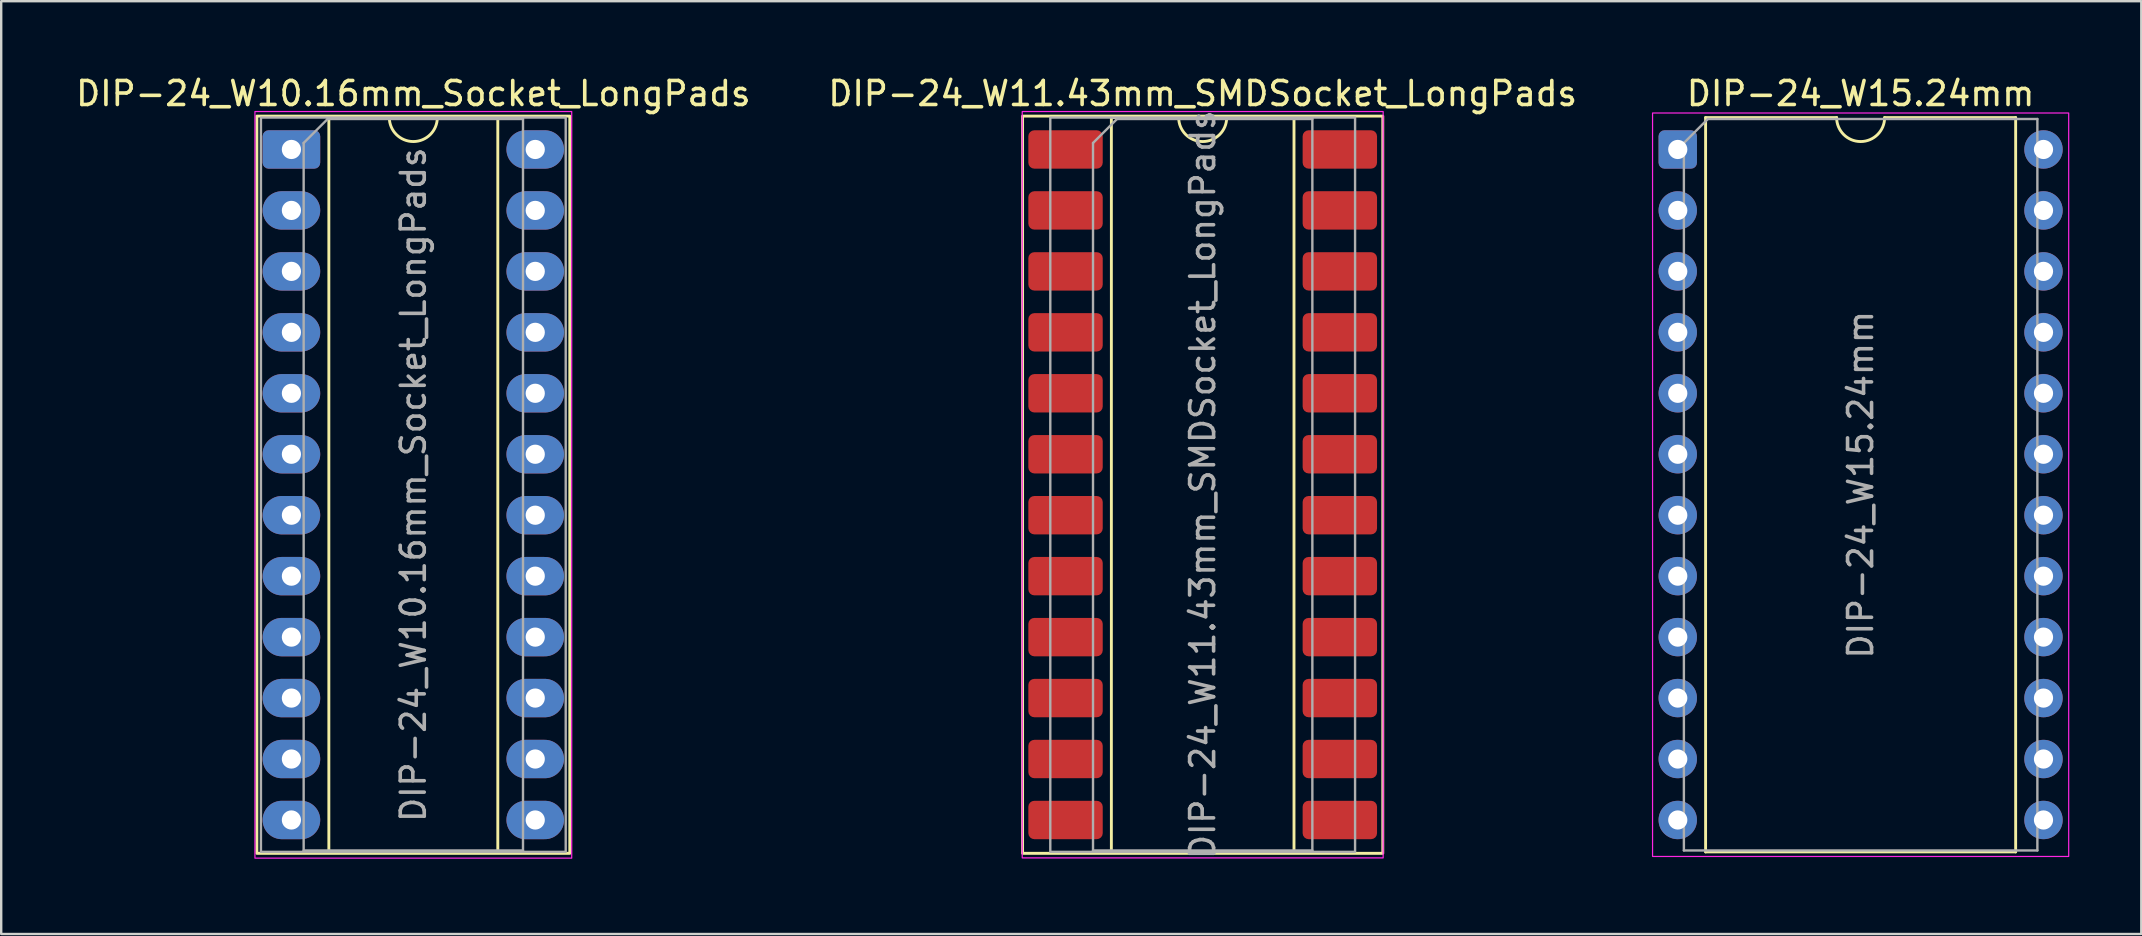
<source format=kicad_pcb>
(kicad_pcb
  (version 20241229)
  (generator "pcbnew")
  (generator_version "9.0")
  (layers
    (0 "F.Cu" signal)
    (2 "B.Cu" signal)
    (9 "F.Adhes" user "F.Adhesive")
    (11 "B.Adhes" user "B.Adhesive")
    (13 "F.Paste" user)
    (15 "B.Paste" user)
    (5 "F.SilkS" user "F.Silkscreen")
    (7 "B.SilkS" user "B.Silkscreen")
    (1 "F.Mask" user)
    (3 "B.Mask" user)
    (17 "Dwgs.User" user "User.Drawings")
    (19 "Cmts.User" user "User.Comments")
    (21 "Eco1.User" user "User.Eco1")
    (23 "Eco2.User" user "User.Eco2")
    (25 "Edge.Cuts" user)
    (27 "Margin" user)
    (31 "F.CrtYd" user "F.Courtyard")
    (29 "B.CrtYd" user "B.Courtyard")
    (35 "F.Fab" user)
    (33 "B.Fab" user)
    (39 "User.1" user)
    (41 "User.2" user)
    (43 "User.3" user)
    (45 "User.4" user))
  (footprint "DIP-24_W15.24mm"
    (layer "F.Cu")
    (at 66.861 3.178)
    (property "Reference" "DIP-24_W15.24mm" (at 7.62 -2.33 0) (layer "F.SilkS") (effects (font (size 1 1) (thickness 0.15))))
    (attr through_hole)
    (fp_line (start 1.16 -1.33) (end 1.16 29.27) (stroke (width 0.12) (type solid)) (layer "F.SilkS"))
    (fp_line (start 1.16 29.27) (end 14.08 29.27) (stroke (width 0.12) (type solid)) (layer "F.SilkS"))
    (fp_line (start 6.62 -1.33) (end 1.16 -1.33) (stroke (width 0.12) (type solid)) (layer "F.SilkS"))
    (fp_line (start 14.08 -1.33) (end 8.62 -1.33) (stroke (width 0.12) (type solid)) (layer "F.SilkS"))
    (fp_line (start 14.08 29.27) (end 14.08 -1.33) (stroke (width 0.12) (type solid)) (layer "F.SilkS"))
    (fp_arc (start 8.62 -1.33) (mid 7.62 -0.33) (end 6.62 -1.33) (stroke (width 0.12) (type solid)) (layer "F.SilkS"))
    (fp_rect (start -1.05 -1.52) (end 16.29 29.46) (stroke (width 0.05) (type solid)) (fill no) (layer "F.CrtYd"))
    (fp_line (start 0.255 -0.27) (end 1.255 -1.27) (stroke (width 0.1) (type solid)) (layer "F.Fab"))
    (fp_line (start 0.255 29.21) (end 0.255 -0.27) (stroke (width 0.1) (type solid)) (layer "F.Fab"))
    (fp_line (start 1.255 -1.27) (end 14.985 -1.27) (stroke (width 0.1) (type solid)) (layer "F.Fab"))
    (fp_line (start 14.985 -1.27) (end 14.985 29.21) (stroke (width 0.1) (type solid)) (layer "F.Fab"))
    (fp_line (start 14.985 29.21) (end 0.255 29.21) (stroke (width 0.1) (type solid)) (layer "F.Fab"))
    (fp_text user "${REFERENCE}" (at 7.62 13.97 90) (layer "F.Fab") (effects (font (size 1 1) (thickness 0.15))))
    (pad "1" thru_hole roundrect (at 0 0) (size 1.6 1.6) (drill 0.8) (layers "*.Cu" "*.Mask") (roundrect_rratio 0.156))
    (pad "2" thru_hole circle (at 0 2.54) (size 1.6 1.6) (drill 0.8) (layers "*.Cu" "*.Mask"))
    (pad "3" thru_hole circle (at 0 5.08) (size 1.6 1.6) (drill 0.8) (layers "*.Cu" "*.Mask"))
    (pad "4" thru_hole circle (at 0 7.62) (size 1.6 1.6) (drill 0.8) (layers "*.Cu" "*.Mask"))
    (pad "5" thru_hole circle (at 0 10.16) (size 1.6 1.6) (drill 0.8) (layers "*.Cu" "*.Mask"))
    (pad "6" thru_hole circle (at 0 12.7) (size 1.6 1.6) (drill 0.8) (layers "*.Cu" "*.Mask"))
    (pad "7" thru_hole circle (at 0 15.24) (size 1.6 1.6) (drill 0.8) (layers "*.Cu" "*.Mask"))
    (pad "8" thru_hole circle (at 0 17.78) (size 1.6 1.6) (drill 0.8) (layers "*.Cu" "*.Mask"))
    (pad "9" thru_hole circle (at 0 20.32) (size 1.6 1.6) (drill 0.8) (layers "*.Cu" "*.Mask"))
    (pad "10" thru_hole circle (at 0 22.86) (size 1.6 1.6) (drill 0.8) (layers "*.Cu" "*.Mask"))
    (pad "11" thru_hole circle (at 0 25.4) (size 1.6 1.6) (drill 0.8) (layers "*.Cu" "*.Mask"))
    (pad "12" thru_hole circle (at 0 27.94) (size 1.6 1.6) (drill 0.8) (layers "*.Cu" "*.Mask"))
    (pad "13" thru_hole circle (at 15.24 27.94) (size 1.6 1.6) (drill 0.8) (layers "*.Cu" "*.Mask"))
    (pad "14" thru_hole circle (at 15.24 25.4) (size 1.6 1.6) (drill 0.8) (layers "*.Cu" "*.Mask"))
    (pad "15" thru_hole circle (at 15.24 22.86) (size 1.6 1.6) (drill 0.8) (layers "*.Cu" "*.Mask"))
    (pad "16" thru_hole circle (at 15.24 20.32) (size 1.6 1.6) (drill 0.8) (layers "*.Cu" "*.Mask"))
    (pad "17" thru_hole circle (at 15.24 17.78) (size 1.6 1.6) (drill 0.8) (layers "*.Cu" "*.Mask"))
    (pad "18" thru_hole circle (at 15.24 15.24) (size 1.6 1.6) (drill 0.8) (layers "*.Cu" "*.Mask"))
    (pad "19" thru_hole circle (at 15.24 12.7) (size 1.6 1.6) (drill 0.8) (layers "*.Cu" "*.Mask"))
    (pad "20" thru_hole circle (at 15.24 10.16) (size 1.6 1.6) (drill 0.8) (layers "*.Cu" "*.Mask"))
    (pad "21" thru_hole circle (at 15.24 7.62) (size 1.6 1.6) (drill 0.8) (layers "*.Cu" "*.Mask"))
    (pad "22" thru_hole circle (at 15.24 5.08) (size 1.6 1.6) (drill 0.8) (layers "*.Cu" "*.Mask"))
    (pad "23" thru_hole circle (at 15.24 2.54) (size 1.6 1.6) (drill 0.8) (layers "*.Cu" "*.Mask"))
    (pad "24" thru_hole circle (at 15.24 0) (size 1.6 1.6) (drill 0.8) (layers "*.Cu" "*.Mask")))
  (footprint "DIP-24_W10.16mm_Socket_LongPads"
    (layer "F.Cu")
    (at 9.093 3.178)
    (property "Reference" "DIP-24_W10.16mm_Socket_LongPads" (at 5.08 -2.33 0) (layer "F.SilkS") (effects (font (size 1 1) (thickness 0.15))))
    (attr through_hole)
    (fp_line (start 1.56 -1.33) (end 1.56 29.27) (stroke (width 0.12) (type solid)) (layer "F.SilkS"))
    (fp_line (start 1.56 29.27) (end 8.6 29.27) (stroke (width 0.12) (type solid)) (layer "F.SilkS"))
    (fp_line (start 4.08 -1.33) (end 1.56 -1.33) (stroke (width 0.12) (type solid)) (layer "F.SilkS"))
    (fp_line (start 8.6 -1.33) (end 6.08 -1.33) (stroke (width 0.12) (type solid)) (layer "F.SilkS"))
    (fp_line (start 8.6 29.27) (end 8.6 -1.33) (stroke (width 0.12) (type solid)) (layer "F.SilkS"))
    (fp_rect (start -1.44 -1.39) (end 11.6 29.33) (stroke (width 0.12) (type solid)) (fill no) (layer "F.SilkS"))
    (fp_arc (start 6.08 -1.33) (mid 5.08 -0.33) (end 4.08 -1.33) (stroke (width 0.12) (type solid)) (layer "F.SilkS"))
    (fp_rect (start -1.52 -1.58) (end 11.68 29.53) (stroke (width 0.05) (type solid)) (fill no) (layer "F.CrtYd"))
    (fp_line (start 0.51 -0.27) (end 1.51 -1.27) (stroke (width 0.1) (type solid)) (layer "F.Fab"))
    (fp_line (start 0.51 29.21) (end 0.51 -0.27) (stroke (width 0.1) (type solid)) (layer "F.Fab"))
    (fp_line (start 1.51 -1.27) (end 9.65 -1.27) (stroke (width 0.1) (type solid)) (layer "F.Fab"))
    (fp_line (start 9.65 -1.27) (end 9.65 29.21) (stroke (width 0.1) (type solid)) (layer "F.Fab"))
    (fp_line (start 9.65 29.21) (end 0.51 29.21) (stroke (width 0.1) (type solid)) (layer "F.Fab"))
    (fp_rect (start -1.27 -1.33) (end 11.43 29.27) (stroke (width 0.1) (type solid)) (fill no) (layer "F.Fab"))
    (fp_text user "${REFERENCE}" (at 5.08 13.97 90) (layer "F.Fab") (effects (font (size 1 1) (thickness 0.15))))
    (pad "1" thru_hole roundrect (at 0 0) (size 2.4 1.6) (drill 0.8) (layers "*.Cu" "*.Mask") (roundrect_rratio 0.156))
    (pad "2" thru_hole oval (at 0 2.54) (size 2.4 1.6) (drill 0.8) (layers "*.Cu" "*.Mask"))
    (pad "3" thru_hole oval (at 0 5.08) (size 2.4 1.6) (drill 0.8) (layers "*.Cu" "*.Mask"))
    (pad "4" thru_hole oval (at 0 7.62) (size 2.4 1.6) (drill 0.8) (layers "*.Cu" "*.Mask"))
    (pad "5" thru_hole oval (at 0 10.16) (size 2.4 1.6) (drill 0.8) (layers "*.Cu" "*.Mask"))
    (pad "6" thru_hole oval (at 0 12.7) (size 2.4 1.6) (drill 0.8) (layers "*.Cu" "*.Mask"))
    (pad "7" thru_hole oval (at 0 15.24) (size 2.4 1.6) (drill 0.8) (layers "*.Cu" "*.Mask"))
    (pad "8" thru_hole oval (at 0 17.78) (size 2.4 1.6) (drill 0.8) (layers "*.Cu" "*.Mask"))
    (pad "9" thru_hole oval (at 0 20.32) (size 2.4 1.6) (drill 0.8) (layers "*.Cu" "*.Mask"))
    (pad "10" thru_hole oval (at 0 22.86) (size 2.4 1.6) (drill 0.8) (layers "*.Cu" "*.Mask"))
    (pad "11" thru_hole oval (at 0 25.4) (size 2.4 1.6) (drill 0.8) (layers "*.Cu" "*.Mask"))
    (pad "12" thru_hole oval (at 0 27.94) (size 2.4 1.6) (drill 0.8) (layers "*.Cu" "*.Mask"))
    (pad "13" thru_hole oval (at 10.16 27.94) (size 2.4 1.6) (drill 0.8) (layers "*.Cu" "*.Mask"))
    (pad "14" thru_hole oval (at 10.16 25.4) (size 2.4 1.6) (drill 0.8) (layers "*.Cu" "*.Mask"))
    (pad "15" thru_hole oval (at 10.16 22.86) (size 2.4 1.6) (drill 0.8) (layers "*.Cu" "*.Mask"))
    (pad "16" thru_hole oval (at 10.16 20.32) (size 2.4 1.6) (drill 0.8) (layers "*.Cu" "*.Mask"))
    (pad "17" thru_hole oval (at 10.16 17.78) (size 2.4 1.6) (drill 0.8) (layers "*.Cu" "*.Mask"))
    (pad "18" thru_hole oval (at 10.16 15.24) (size 2.4 1.6) (drill 0.8) (layers "*.Cu" "*.Mask"))
    (pad "19" thru_hole oval (at 10.16 12.7) (size 2.4 1.6) (drill 0.8) (layers "*.Cu" "*.Mask"))
    (pad "20" thru_hole oval (at 10.16 10.16) (size 2.4 1.6) (drill 0.8) (layers "*.Cu" "*.Mask"))
    (pad "21" thru_hole oval (at 10.16 7.62) (size 2.4 1.6) (drill 0.8) (layers "*.Cu" "*.Mask"))
    (pad "22" thru_hole oval (at 10.16 5.08) (size 2.4 1.6) (drill 0.8) (layers "*.Cu" "*.Mask"))
    (pad "23" thru_hole oval (at 10.16 2.54) (size 2.4 1.6) (drill 0.8) (layers "*.Cu" "*.Mask"))
    (pad "24" thru_hole oval (at 10.16 0) (size 2.4 1.6) (drill 0.8) (layers "*.Cu" "*.Mask")))
  (footprint "DIP-24_W11.43mm_SMDSocket_LongPads"
    (layer "F.Cu")
    (at 47.065 17.148)
    (property "Reference" "DIP-24_W11.43mm_SMDSocket_LongPads" (at 0 -16.3 0) (layer "F.SilkS") (effects (font (size 1 1) (thickness 0.15))))
    (attr smd)
    (fp_line (start -3.805 -15.3) (end -3.805 15.3) (stroke (width 0.12) (type solid)) (layer "F.SilkS"))
    (fp_line (start -3.805 15.3) (end 3.805 15.3) (stroke (width 0.12) (type solid)) (layer "F.SilkS"))
    (fp_line (start -1 -15.3) (end -3.805 -15.3) (stroke (width 0.12) (type solid)) (layer "F.SilkS"))
    (fp_line (start 3.805 -15.3) (end 1 -15.3) (stroke (width 0.12) (type solid)) (layer "F.SilkS"))
    (fp_line (start 3.805 15.3) (end 3.805 -15.3) (stroke (width 0.12) (type solid)) (layer "F.SilkS"))
    (fp_rect (start -7.505 -15.36) (end 7.505 15.36) (stroke (width 0.12) (type solid)) (fill no) (layer "F.SilkS"))
    (fp_arc (start 1 -15.3) (mid 0 -14.3) (end -1 -15.3) (stroke (width 0.12) (type solid)) (layer "F.SilkS"))
    (fp_rect (start -7.52 -15.55) (end 7.52 15.55) (stroke (width 0.05) (type solid)) (fill no) (layer "F.CrtYd"))
    (fp_line (start -4.57 -14.24) (end -3.57 -15.24) (stroke (width 0.1) (type solid)) (layer "F.Fab"))
    (fp_line (start -4.57 15.24) (end -4.57 -14.24) (stroke (width 0.1) (type solid)) (layer "F.Fab"))
    (fp_line (start -3.57 -15.24) (end 4.57 -15.24) (stroke (width 0.1) (type solid)) (layer "F.Fab"))
    (fp_line (start 4.57 -15.24) (end 4.57 15.24) (stroke (width 0.1) (type solid)) (layer "F.Fab"))
    (fp_line (start 4.57 15.24) (end -4.57 15.24) (stroke (width 0.1) (type solid)) (layer "F.Fab"))
    (fp_rect (start -6.35 -15.3) (end 6.35 15.3) (stroke (width 0.1) (type solid)) (fill no) (layer "F.Fab"))
    (fp_text user "${REFERENCE}" (at 0 0 90) (layer "F.Fab") (effects (font (size 1 1) (thickness 0.15))))
    (pad "1" smd roundrect (at -5.715 -13.97) (size 3.1 1.6) (layers "F.Cu" "F.Mask" "F.Paste") (roundrect_rratio 0.156))
    (pad "2" smd roundrect (at -5.715 -11.43) (size 3.1 1.6) (layers "F.Cu" "F.Mask" "F.Paste") (roundrect_rratio 0.156))
    (pad "3" smd roundrect (at -5.715 -8.89) (size 3.1 1.6) (layers "F.Cu" "F.Mask" "F.Paste") (roundrect_rratio 0.156))
    (pad "4" smd roundrect (at -5.715 -6.35) (size 3.1 1.6) (layers "F.Cu" "F.Mask" "F.Paste") (roundrect_rratio 0.156))
    (pad "5" smd roundrect (at -5.715 -3.81) (size 3.1 1.6) (layers "F.Cu" "F.Mask" "F.Paste") (roundrect_rratio 0.156))
    (pad "6" smd roundrect (at -5.715 -1.27) (size 3.1 1.6) (layers "F.Cu" "F.Mask" "F.Paste") (roundrect_rratio 0.156))
    (pad "7" smd roundrect (at -5.715 1.27) (size 3.1 1.6) (layers "F.Cu" "F.Mask" "F.Paste") (roundrect_rratio 0.156))
    (pad "8" smd roundrect (at -5.715 3.81) (size 3.1 1.6) (layers "F.Cu" "F.Mask" "F.Paste") (roundrect_rratio 0.156))
    (pad "9" smd roundrect (at -5.715 6.35) (size 3.1 1.6) (layers "F.Cu" "F.Mask" "F.Paste") (roundrect_rratio 0.156))
    (pad "10" smd roundrect (at -5.715 8.89) (size 3.1 1.6) (layers "F.Cu" "F.Mask" "F.Paste") (roundrect_rratio 0.156))
    (pad "11" smd roundrect (at -5.715 11.43) (size 3.1 1.6) (layers "F.Cu" "F.Mask" "F.Paste") (roundrect_rratio 0.156))
    (pad "12" smd roundrect (at -5.715 13.97) (size 3.1 1.6) (layers "F.Cu" "F.Mask" "F.Paste") (roundrect_rratio 0.156))
    (pad "13" smd roundrect (at 5.715 13.97) (size 3.1 1.6) (layers "F.Cu" "F.Mask" "F.Paste") (roundrect_rratio 0.156))
    (pad "14" smd roundrect (at 5.715 11.43) (size 3.1 1.6) (layers "F.Cu" "F.Mask" "F.Paste") (roundrect_rratio 0.156))
    (pad "15" smd roundrect (at 5.715 8.89) (size 3.1 1.6) (layers "F.Cu" "F.Mask" "F.Paste") (roundrect_rratio 0.156))
    (pad "16" smd roundrect (at 5.715 6.35) (size 3.1 1.6) (layers "F.Cu" "F.Mask" "F.Paste") (roundrect_rratio 0.156))
    (pad "17" smd roundrect (at 5.715 3.81) (size 3.1 1.6) (layers "F.Cu" "F.Mask" "F.Paste") (roundrect_rratio 0.156))
    (pad "18" smd roundrect (at 5.715 1.27) (size 3.1 1.6) (layers "F.Cu" "F.Mask" "F.Paste") (roundrect_rratio 0.156))
    (pad "19" smd roundrect (at 5.715 -1.27) (size 3.1 1.6) (layers "F.Cu" "F.Mask" "F.Paste") (roundrect_rratio 0.156))
    (pad "20" smd roundrect (at 5.715 -3.81) (size 3.1 1.6) (layers "F.Cu" "F.Mask" "F.Paste") (roundrect_rratio 0.156))
    (pad "21" smd roundrect (at 5.715 -6.35) (size 3.1 1.6) (layers "F.Cu" "F.Mask" "F.Paste") (roundrect_rratio 0.156))
    (pad "22" smd roundrect (at 5.715 -8.89) (size 3.1 1.6) (layers "F.Cu" "F.Mask" "F.Paste") (roundrect_rratio 0.156))
    (pad "23" smd roundrect (at 5.715 -11.43) (size 3.1 1.6) (layers "F.Cu" "F.Mask" "F.Paste") (roundrect_rratio 0.156))
    (pad "24" smd roundrect (at 5.715 -13.97) (size 3.1 1.6) (layers "F.Cu" "F.Mask" "F.Paste") (roundrect_rratio 0.156)))
  (gr_rect
    (start -3 -3)
    (end 86.176 35.868)
    (stroke (width 0.1) (type default))
    (fill no)
    (layer "Edge.Cuts")))
</source>
